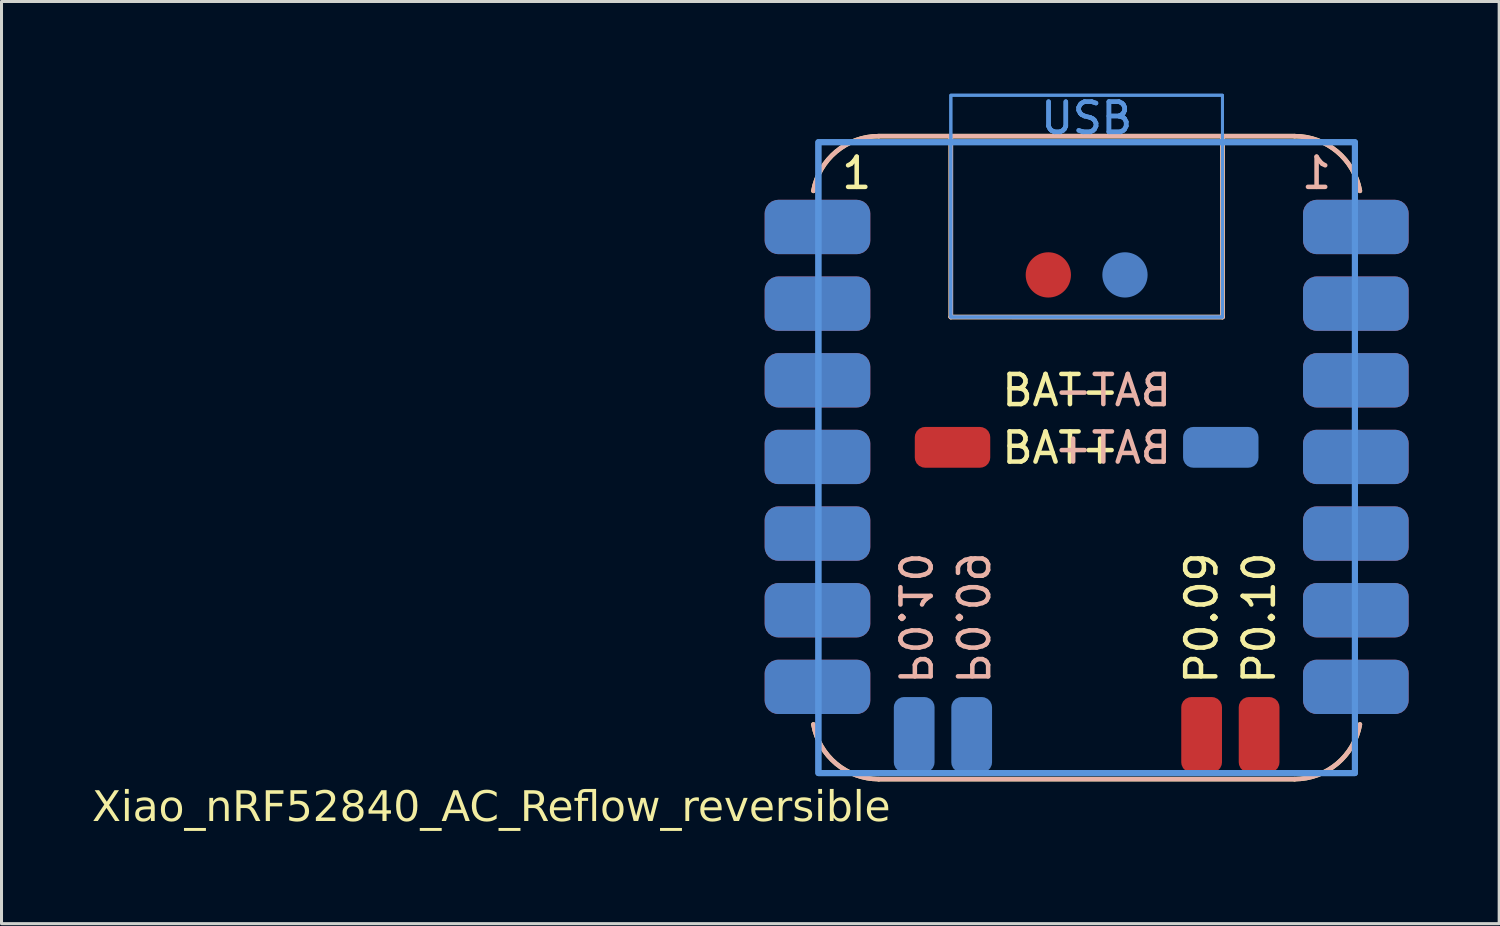
<source format=kicad_pcb>
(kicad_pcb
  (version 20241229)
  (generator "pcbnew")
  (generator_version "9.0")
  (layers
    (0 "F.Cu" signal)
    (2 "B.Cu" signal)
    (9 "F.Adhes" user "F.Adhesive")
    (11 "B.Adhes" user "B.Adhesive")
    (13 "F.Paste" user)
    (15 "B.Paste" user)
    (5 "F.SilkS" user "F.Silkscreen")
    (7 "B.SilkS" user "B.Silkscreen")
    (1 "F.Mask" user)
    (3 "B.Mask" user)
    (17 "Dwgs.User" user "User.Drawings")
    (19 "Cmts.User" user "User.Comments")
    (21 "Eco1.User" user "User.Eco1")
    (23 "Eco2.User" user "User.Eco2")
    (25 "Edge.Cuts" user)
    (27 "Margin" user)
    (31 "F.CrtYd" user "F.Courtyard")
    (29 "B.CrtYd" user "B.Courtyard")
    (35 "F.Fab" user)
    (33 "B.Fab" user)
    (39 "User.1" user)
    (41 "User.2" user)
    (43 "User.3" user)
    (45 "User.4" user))
  (footprint "Xiao_nRF52840_AC_Reflow_reversible"
    (layer "F.Cu")
    (at 32.96 12.092)
    (property "Reference" "Xiao_nRF52840_AC_Reflow_reversible" (at -6.5 11.65 0) (layer "F.SilkS") (effects (font (face "Iosevka") (size 1 1) (thickness 0.15)) (justify right)))
    (attr smd exclude_from_pos_files exclude_from_bom)
    (fp_line (start -6.89 -10.63) (end 6.89 -10.63) (stroke (width 0.15) (type default)) (layer "F.SilkS"))
    (fp_line (start -4.501 -4.636) (end -4.501 -10.63) (stroke (width 0.15) (type default)) (layer "F.SilkS"))
    (fp_line (start 4.501 -4.636) (end -4.501 -4.636) (stroke (width 0.15) (type default)) (layer "F.SilkS"))
    (fp_line (start 4.501 -4.636) (end 4.501 -10.63) (stroke (width 0.15) (type default)) (layer "F.SilkS"))
    (fp_line (start 6.89 10.678) (end -6.89 10.678) (stroke (width 0.15) (type default)) (layer "F.SilkS"))
    (fp_arc (start -9.055742 -8.816738) (mid -8.302301 -10.116835) (end -6.890001 -10.63) (stroke (width 0.15) (type default)) (layer "F.SilkS"))
    (fp_arc (start -6.89 10.6775) (mid -8.302299 10.164335) (end -9.055742 8.864239) (stroke (width 0.15) (type default)) (layer "F.SilkS"))
    (fp_arc (start 6.889999 -10.63) (mid 8.302298 -10.116835) (end 9.05574 -8.816738) (stroke (width 0.15) (type default)) (layer "F.SilkS"))
    (fp_arc (start 9.05574 8.864238) (mid 8.302297 10.164333) (end 6.889999 10.6775) (stroke (width 0.15) (type default)) (layer "F.SilkS"))
    (fp_line (start -6.89 -10.63) (end 6.89 -10.63) (stroke (width 0.15) (type default)) (layer "B.SilkS"))
    (fp_line (start -4.501 -10.63) (end -4.501 -4.636) (stroke (width 0.15) (type default)) (layer "B.SilkS"))
    (fp_line (start 4.501 -10.63) (end 4.501 -4.635) (stroke (width 0.15) (type default)) (layer "B.SilkS"))
    (fp_line (start 4.501 -4.635) (end -4.501 -4.636) (stroke (width 0.15) (type default)) (layer "B.SilkS"))
    (fp_line (start 6.89 10.678) (end -6.89 10.678) (stroke (width 0.15) (type default)) (layer "B.SilkS"))
    (fp_arc (start -9.05574 -8.816738) (mid -8.302299 -10.116835) (end -6.889999 -10.630001) (stroke (width 0.15) (type default)) (layer "B.SilkS"))
    (fp_arc (start -6.889999 10.6775) (mid -8.302298 10.164335) (end -9.05574 8.864238) (stroke (width 0.15) (type default)) (layer "B.SilkS"))
    (fp_arc (start 6.890001 -10.63) (mid 8.302299 -10.116834) (end 9.055742 -8.816738) (stroke (width 0.15) (type default)) (layer "B.SilkS"))
    (fp_arc (start 9.055742 8.86424) (mid 8.302298 10.164335) (end 6.89 10.6775) (stroke (width 0.15) (type default)) (layer "B.SilkS"))
    (fp_poly (pts (xy -8.89 -10.43) (xy 8.89 -10.43) (xy 8.89 10.477) (xy -8.89 10.477)) (stroke (width 0.2) (type solid)) (fill no) (layer "Cmts.User"))
    (fp_poly (pts (xy -8.89 -10.43) (xy 8.89 -10.43) (xy 8.89 10.477) (xy -8.89 10.477)) (stroke (width 0.2) (type solid)) (fill no) (layer "Cmts.User"))
    (fp_poly (pts (xy -4.501 -11.986) (xy 4.501 -11.986) (xy 4.501 -4.636) (xy -4.501 -4.636)) (stroke (width 0.1) (type default)) (fill no) (layer "Cmts.User"))
    (fp_poly (pts (xy -4.501 -11.986) (xy 4.501 -11.986) (xy 4.501 -4.635) (xy -4.501 -4.636)) (stroke (width 0.1) (type default)) (fill no) (layer "Cmts.User"))
    (fp_text user "P0.10" (at 5.715 7.607 90) (unlocked yes) (layer "F.SilkS") (effects (font (size 1 1) (thickness 0.15)) (justify left)))
    (fp_text user "1" (at -7.62 -8.82 0) (layer "F.SilkS") (effects (font (size 1 1) (thickness 0.15)) (justify bottom)))
    (fp_text user "BAT+" (at -2.89 0.284 0) (unlocked yes) (layer "F.SilkS") (effects (font (size 1 1) (thickness 0.15)) (justify left bottom)))
    (fp_text user "P0.09" (at 3.81 7.607 90) (unlocked yes) (layer "F.SilkS") (effects (font (size 1 1) (thickness 0.15)) (justify left)))
    (fp_text user "BAT-" (at -2.89 -1.621 0) (unlocked yes) (layer "F.SilkS") (effects (font (size 1 1) (thickness 0.15)) (justify left bottom)))
    (fp_text user "P0.09" (at -3.81 7.607 270) (unlocked yes) (layer "B.SilkS") (effects (font (size 1 1) (thickness 0.15)) (justify left mirror)))
    (fp_text user "BAT-" (at 2.89 -1.621 0) (unlocked yes) (layer "B.SilkS") (effects (font (size 1 1) (thickness 0.15)) (justify left bottom mirror)))
    (fp_text user "P0.10" (at -5.715 7.608 270) (unlocked yes) (layer "B.SilkS") (effects (font (size 1 1) (thickness 0.15)) (justify left mirror)))
    (fp_text user "1" (at 7.62 -8.82 0) (layer "B.SilkS") (effects (font (size 1 1) (thickness 0.15)) (justify bottom mirror)))
    (fp_text user "BAT+" (at 2.89 0.284 0) (unlocked yes) (layer "B.SilkS") (effects (font (size 1 1) (thickness 0.15)) (justify left bottom mirror)))
    (fp_text user "USB" (at -0.000002 -10.643 0) (layer "Cmts.User") (effects (font (size 1 1) (thickness 0.15)) (justify bottom)))
    (fp_text user "USB" (at 0.000001 -10.643 0) (layer "Cmts.User") (effects (font (size 1 1) (thickness 0.15)) (justify bottom)))
    (pad "1" smd roundrect (at -8.92 -7.62) (size 3.5 1.8) (layers "F.Cu" "F.Mask" "F.Paste") (roundrect_rratio 0.25))
    (pad "1" smd roundrect (at 8.92 -7.62) (size 3.5 1.8) (layers "B.Cu" "B.Mask" "B.Paste") (roundrect_rratio 0.25))
    (pad "2" smd roundrect (at -8.92 -5.08) (size 3.5 1.8) (layers "F.Cu" "F.Mask" "F.Paste") (roundrect_rratio 0.25))
    (pad "2" smd roundrect (at 8.92 -5.08) (size 3.5 1.8) (layers "B.Cu" "B.Mask" "B.Paste") (roundrect_rratio 0.25))
    (pad "3" smd roundrect (at -8.92 -2.54) (size 3.5 1.8) (layers "F.Cu" "F.Mask" "F.Paste") (roundrect_rratio 0.25))
    (pad "3" smd roundrect (at 8.92 -2.54) (size 3.5 1.8) (layers "B.Cu" "B.Mask" "B.Paste") (roundrect_rratio 0.25))
    (pad "4" smd roundrect (at -8.92 0) (size 3.5 1.8) (layers "F.Cu" "F.Mask" "F.Paste") (roundrect_rratio 0.25))
    (pad "4" smd roundrect (at 8.92 0) (size 3.5 1.8) (layers "B.Cu" "B.Mask" "B.Paste") (roundrect_rratio 0.25))
    (pad "5" smd roundrect (at -8.92 2.54) (size 3.5 1.8) (layers "F.Cu" "F.Mask" "F.Paste") (roundrect_rratio 0.25))
    (pad "5" smd roundrect (at 8.92 2.54) (size 3.5 1.8) (layers "B.Cu" "B.Mask" "B.Paste") (roundrect_rratio 0.25))
    (pad "6" smd roundrect (at -8.92 5.08) (size 3.5 1.8) (layers "F.Cu" "F.Mask" "F.Paste") (roundrect_rratio 0.25))
    (pad "6" smd roundrect (at 8.92 5.08) (size 3.5 1.8) (layers "B.Cu" "B.Mask" "B.Paste") (roundrect_rratio 0.25))
    (pad "7" smd roundrect (at -8.92 7.62) (size 3.5 1.8) (layers "F.Cu" "F.Mask" "F.Paste") (roundrect_rratio 0.25))
    (pad "7" smd roundrect (at 8.92 7.62) (size 3.5 1.8) (layers "B.Cu" "B.Mask" "B.Paste") (roundrect_rratio 0.25))
    (pad "8" smd roundrect (at -8.92 -7.62 180) (size 3.5 1.8) (layers "B.Cu" "B.Mask" "B.Paste") (roundrect_rratio 0.25))
    (pad "8" smd roundrect (at 8.92 -7.62 180) (size 3.5 1.8) (layers "F.Cu" "F.Mask" "F.Paste") (roundrect_rratio 0.25))
    (pad "9" smd roundrect (at -8.92 -5.08 180) (size 3.5 1.8) (layers "B.Cu" "B.Mask" "B.Paste") (roundrect_rratio 0.25))
    (pad "9" smd roundrect (at 8.92 -5.08 180) (size 3.5 1.8) (layers "F.Cu" "F.Mask" "F.Paste") (roundrect_rratio 0.25))
    (pad "10" smd roundrect (at -8.92 -2.54 180) (size 3.5 1.8) (layers "B.Cu" "B.Mask" "B.Paste") (roundrect_rratio 0.25))
    (pad "10" smd roundrect (at 8.92 -2.54 180) (size 3.5 1.8) (layers "F.Cu" "F.Mask" "F.Paste") (roundrect_rratio 0.25))
    (pad "11" smd roundrect (at -8.92 0 180) (size 3.5 1.8) (layers "B.Cu" "B.Mask" "B.Paste") (roundrect_rratio 0.25))
    (pad "11" smd roundrect (at 8.92 0 180) (size 3.5 1.8) (layers "F.Cu" "F.Mask" "F.Paste") (roundrect_rratio 0.25))
    (pad "12" smd roundrect (at -8.92 2.54 180) (size 3.5 1.8) (layers "B.Cu" "B.Mask" "B.Paste") (roundrect_rratio 0.25))
    (pad "12" smd roundrect (at 8.92 2.54 180) (size 3.5 1.8) (layers "F.Cu" "F.Mask" "F.Paste") (roundrect_rratio 0.25))
    (pad "13" smd roundrect (at -8.92 5.08) (size 3.5 1.8) (layers "B.Cu" "B.Mask" "B.Paste") (roundrect_rratio 0.25))
    (pad "13" smd roundrect (at 8.92 5.08) (size 3.5 1.8) (layers "F.Cu" "F.Mask" "F.Paste") (roundrect_rratio 0.25))
    (pad "14" smd roundrect (at -8.92 7.62) (size 3.5 1.8) (layers "B.Cu" "B.Mask" "B.Paste") (roundrect_rratio 0.25))
    (pad "14" smd roundrect (at 8.92 7.62) (size 3.5 1.8) (layers "F.Cu" "F.Mask" "F.Paste") (roundrect_rratio 0.25))
    (pad "16" smd roundrect (at -4.445 -0.318) (size 2.5 1.35) (layers "F.Cu" "F.Mask" "F.Paste") (roundrect_rratio 0.25))
    (pad "16" smd roundrect (at 4.445 -0.318) (size 2.5 1.35) (layers "B.Cu" "B.Mask" "B.Paste") (roundrect_rratio 0.25))
    (pad "17" smd roundrect (at -3.81 9.207 270) (size 2.5 1.35) (layers "B.Cu" "B.Mask" "B.Paste") (roundrect_rratio 0.25))
    (pad "17" smd roundrect (at 3.81 9.207 90) (size 2.5 1.35) (layers "F.Cu" "F.Mask" "F.Paste") (roundrect_rratio 0.25))
    (pad "18" smd roundrect (at -5.715 9.207 270) (size 2.5 1.35) (layers "B.Cu" "B.Mask" "B.Paste") (roundrect_rratio 0.25))
    (pad "18" smd roundrect (at 5.715 9.207 90) (size 2.5 1.35) (layers "F.Cu" "F.Mask" "F.Paste") (roundrect_rratio 0.25))
    (pad "21" smd circle (at -1.27 -6.032 270) (size 1.5 1.5) (layers "F.Cu" "F.Mask" "F.Paste"))
    (pad "21" smd circle (at 1.27 -6.032 180) (size 1.5 1.5) (layers "B.Cu" "B.Mask" "B.Paste")))
  (gr_rect
    (start -3 -3)
    (end 46.63 27.559)
    (stroke (width 0.1) (type default))
    (fill no)
    (layer "Edge.Cuts")))
</source>
